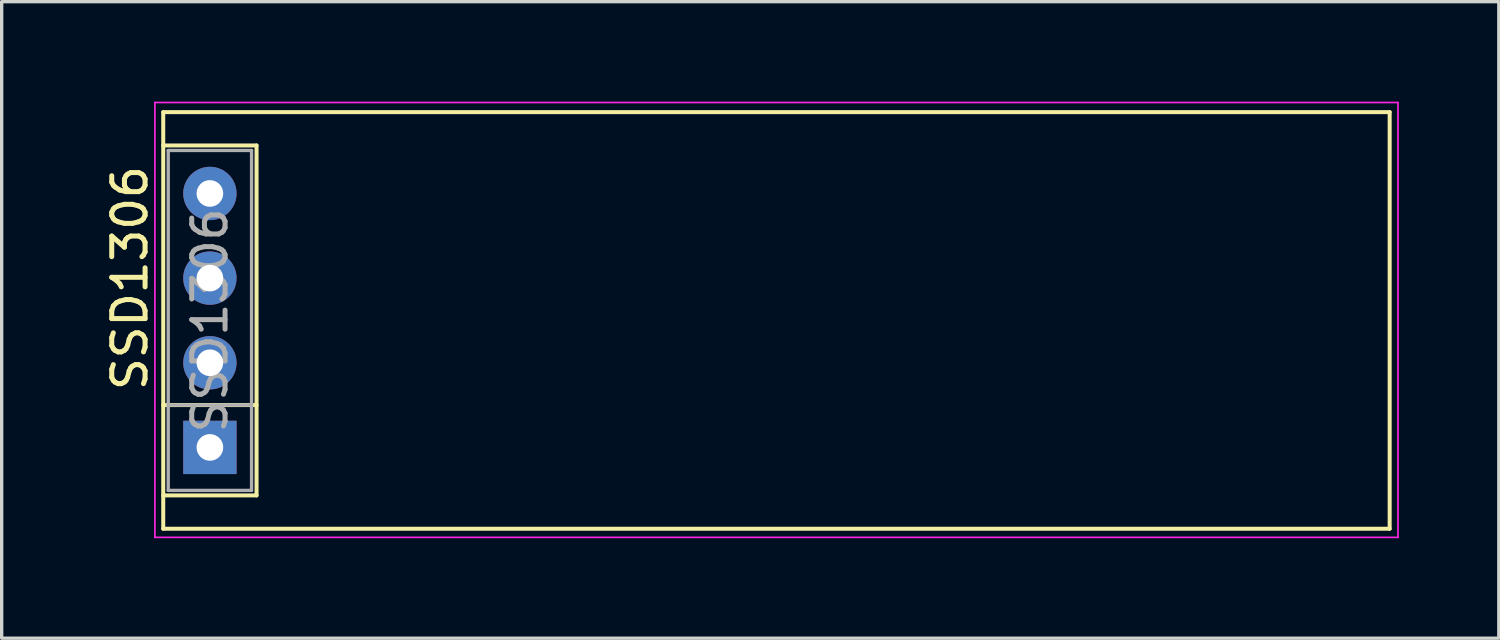
<source format=kicad_pcb>
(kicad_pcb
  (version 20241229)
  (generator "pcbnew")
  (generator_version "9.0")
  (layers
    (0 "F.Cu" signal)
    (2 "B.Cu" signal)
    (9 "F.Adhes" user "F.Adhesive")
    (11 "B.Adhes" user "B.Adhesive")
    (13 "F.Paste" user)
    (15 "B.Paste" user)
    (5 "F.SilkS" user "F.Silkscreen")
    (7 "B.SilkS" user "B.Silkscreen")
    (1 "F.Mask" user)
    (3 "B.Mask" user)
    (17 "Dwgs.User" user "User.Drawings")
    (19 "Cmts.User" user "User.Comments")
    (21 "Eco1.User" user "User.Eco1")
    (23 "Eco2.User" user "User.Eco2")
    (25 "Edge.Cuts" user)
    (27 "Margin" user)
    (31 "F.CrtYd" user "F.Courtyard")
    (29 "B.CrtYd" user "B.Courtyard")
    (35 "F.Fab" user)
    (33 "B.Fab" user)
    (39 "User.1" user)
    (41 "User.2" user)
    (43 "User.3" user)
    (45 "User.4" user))
  (footprint "SSD1306"
    (layer "F.Cu")
    (at 18.248 6.375)
    (property "Reference" "SSD1306" (at -17.4 -1.08 90) (layer "F.SilkS") (effects (font (size 1 1) (thickness 0.15))))
    (attr through_hole)
    (fp_line (start -16.4 -6.06) (end -16.4 6.44) (stroke (width 0.12) (type solid)) (layer "F.SilkS"))
    (fp_line (start -16.4 -5.06) (end -13.6 -5.06) (stroke (width 0.12) (type solid)) (layer "F.SilkS"))
    (fp_line (start -16.4 2.73) (end -13.6 2.73) (stroke (width 0.12) (type solid)) (layer "F.SilkS"))
    (fp_line (start -16.4 6.44) (end 20.4 6.44) (stroke (width 0.12) (type solid)) (layer "F.SilkS"))
    (fp_line (start -13.6 5.44) (end -16.4 5.44) (stroke (width 0.12) (type solid)) (layer "F.SilkS"))
    (fp_line (start -13.6 5.44) (end -13.6 -5.06) (stroke (width 0.12) (type solid)) (layer "F.SilkS"))
    (fp_line (start 20.4 -6.06) (end -16.4 -6.06) (stroke (width 0.12) (type solid)) (layer "F.SilkS"))
    (fp_line (start 20.4 6.44) (end 20.4 -6.06) (stroke (width 0.12) (type solid)) (layer "F.SilkS"))
    (fp_line (start -16.65 -6.35) (end -16.65 6.7) (stroke (width 0.05) (type solid)) (layer "F.CrtYd"))
    (fp_line (start -16.65 6.7) (end 20.65 6.7) (stroke (width 0.05) (type solid)) (layer "F.CrtYd"))
    (fp_line (start 20.65 -6.35) (end -16.65 -6.35) (stroke (width 0.05) (type solid)) (layer "F.CrtYd"))
    (fp_line (start 20.65 6.7) (end 20.65 -6.35) (stroke (width 0.05) (type solid)) (layer "F.CrtYd"))
    (fp_line (start -16.25 -4.91) (end -16.25 5.29) (stroke (width 0.1) (type solid)) (layer "F.Fab"))
    (fp_line (start -16.25 2.73) (end -13.75 2.73) (stroke (width 0.1) (type solid)) (layer "F.Fab"))
    (fp_line (start -16.25 5.29) (end -13.75 5.29) (stroke (width 0.1) (type solid)) (layer "F.Fab"))
    (fp_line (start -13.75 -4.91) (end -16.25 -4.91) (stroke (width 0.1) (type solid)) (layer "F.Fab"))
    (fp_line (start -13.75 5.29) (end -13.75 -4.91) (stroke (width 0.1) (type solid)) (layer "F.Fab"))
    (fp_text user "${REFERENCE}" (at -15 0.19 90) (layer "F.Fab") (effects (font (size 1 1) (thickness 0.15))))
    (pad "1" thru_hole rect (at -15 4 90) (size 1.6 1.6) (drill 0.8) (layers "*.Cu" "*.Mask"))
    (pad "2" thru_hole oval (at -15 1.46 90) (size 1.6 1.6) (drill 0.8) (layers "*.Cu" "*.Mask"))
    (pad "3" thru_hole oval (at -15 -1.08 90) (size 1.6 1.6) (drill 0.8) (layers "*.Cu" "*.Mask"))
    (pad "4" thru_hole oval (at -15 -3.62 90) (size 1.6 1.6) (drill 0.8) (layers "*.Cu" "*.Mask")))
  (gr_rect
    (start -3 -3)
    (end 41.923 16.1)
    (stroke (width 0.1) (type default))
    (fill no)
    (layer "Edge.Cuts")))
</source>
